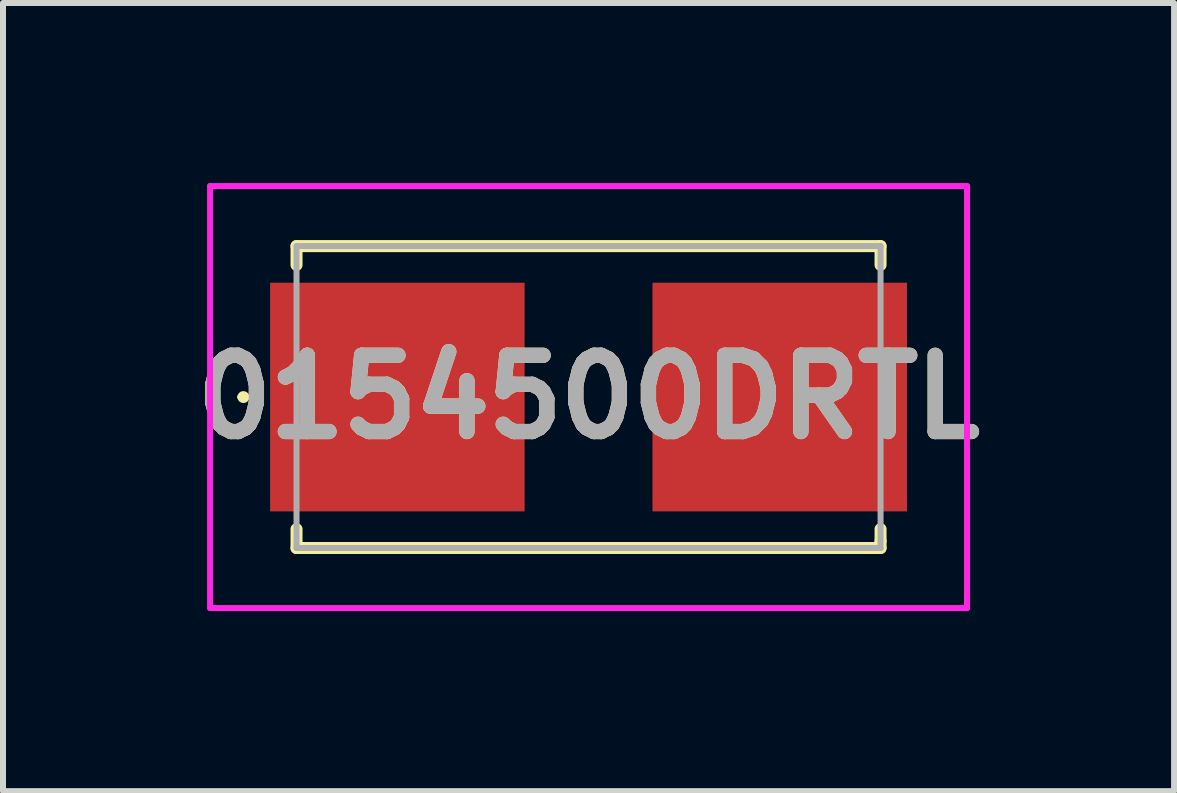
<source format=kicad_pcb>
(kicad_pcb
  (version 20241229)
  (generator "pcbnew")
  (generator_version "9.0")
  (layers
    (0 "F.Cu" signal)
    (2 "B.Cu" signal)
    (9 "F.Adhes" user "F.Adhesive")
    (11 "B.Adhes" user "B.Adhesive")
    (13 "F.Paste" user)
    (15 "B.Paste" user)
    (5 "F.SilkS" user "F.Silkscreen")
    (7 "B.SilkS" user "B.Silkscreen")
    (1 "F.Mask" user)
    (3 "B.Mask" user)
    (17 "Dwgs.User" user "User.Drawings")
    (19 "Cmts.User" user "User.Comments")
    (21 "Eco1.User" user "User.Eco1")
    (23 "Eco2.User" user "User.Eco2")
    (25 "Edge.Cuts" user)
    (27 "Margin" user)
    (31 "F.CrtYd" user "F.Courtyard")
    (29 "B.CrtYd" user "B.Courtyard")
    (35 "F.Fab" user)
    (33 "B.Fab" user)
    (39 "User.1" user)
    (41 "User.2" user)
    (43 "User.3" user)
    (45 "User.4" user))
  (footprint "0154500DRTL"
    (layer "F.Cu")
    (at 6.755 3.565)
    (property "Reference" "0154500DRTL" (at 0 0 0) (layer "F.SilkS") (effects (font (size 1.27 1.27) (thickness 0.254))))
    (attr smd)
    (fp_line (start -5.8 0) (end -5.8 0) (stroke (width 0.1) (type solid)) (layer "F.SilkS"))
    (fp_line (start -5.7 0) (end -5.7 0) (stroke (width 0.1) (type solid)) (layer "F.SilkS"))
    (fp_line (start -4.865 -2.515) (end 4.865 -2.515) (stroke (width 0.2) (type solid)) (layer "F.SilkS"))
    (fp_line (start -4.865 -2.2) (end -4.865 -2.515) (stroke (width 0.2) (type solid)) (layer "F.SilkS"))
    (fp_line (start -4.865 2.2) (end -4.865 2.515) (stroke (width 0.2) (type solid)) (layer "F.SilkS"))
    (fp_line (start -4.865 2.515) (end 4.865 2.515) (stroke (width 0.2) (type solid)) (layer "F.SilkS"))
    (fp_line (start 4.865 -2.515) (end 4.865 -2.2) (stroke (width 0.2) (type solid)) (layer "F.SilkS"))
    (fp_line (start 4.865 2.4) (end 4.865 2.2) (stroke (width 0.2) (type solid)) (layer "F.SilkS"))
    (fp_line (start 4.865 2.515) (end 4.865 2.4) (stroke (width 0.2) (type solid)) (layer "F.SilkS"))
    (fp_arc (start -5.8 0) (mid -5.75 -0.05) (end -5.7 0) (stroke (width 0.1) (type solid)) (layer "F.SilkS"))
    (fp_arc (start -5.7 0) (mid -5.75 0.05) (end -5.8 0) (stroke (width 0.1) (type solid)) (layer "F.SilkS"))
    (fp_line (start -6.305 -3.515) (end 6.305 -3.515) (stroke (width 0.1) (type solid)) (layer "F.CrtYd"))
    (fp_line (start -6.305 3.515) (end -6.305 -3.515) (stroke (width 0.1) (type solid)) (layer "F.CrtYd"))
    (fp_line (start 6.305 -3.515) (end 6.305 3.515) (stroke (width 0.1) (type solid)) (layer "F.CrtYd"))
    (fp_line (start 6.305 3.515) (end -6.305 3.515) (stroke (width 0.1) (type solid)) (layer "F.CrtYd"))
    (fp_line (start -4.865 -2.515) (end 4.865 -2.515) (stroke (width 0.1) (type solid)) (layer "F.Fab"))
    (fp_line (start -4.865 2.515) (end -4.865 -2.515) (stroke (width 0.1) (type solid)) (layer "F.Fab"))
    (fp_line (start 4.865 -2.515) (end 4.865 2.515) (stroke (width 0.1) (type solid)) (layer "F.Fab"))
    (fp_line (start 4.865 2.515) (end -4.865 2.515) (stroke (width 0.1) (type solid)) (layer "F.Fab"))
    (fp_text user "${REFERENCE}" (at 0 0 0) (layer "F.Fab") (effects (font (size 1.27 1.27) (thickness 0.254))))
    (pad "1" smd rect (at -3.185 0 90) (size 3.81 4.24) (layers "F.Cu" "F.Mask" "F.Paste"))
    (pad "2" smd rect (at 3.185 0 90) (size 3.81 4.24) (layers "F.Cu" "F.Mask" "F.Paste")))
  (gr_rect
    (start -3 -3)
    (end 16.51 10.13)
    (stroke (width 0.1) (type default))
    (fill no)
    (layer "Edge.Cuts")))
</source>
